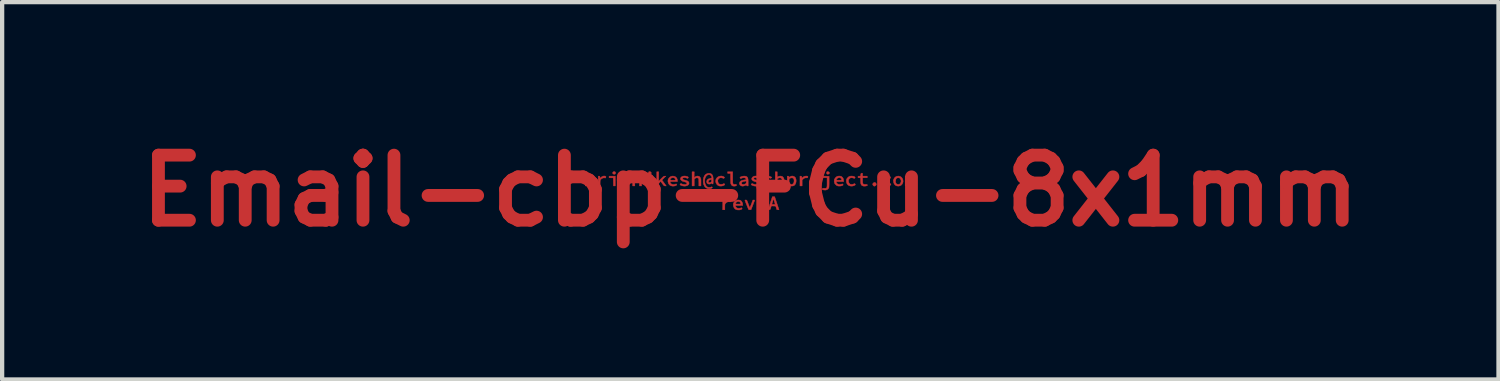
<source format=kicad_pcb>
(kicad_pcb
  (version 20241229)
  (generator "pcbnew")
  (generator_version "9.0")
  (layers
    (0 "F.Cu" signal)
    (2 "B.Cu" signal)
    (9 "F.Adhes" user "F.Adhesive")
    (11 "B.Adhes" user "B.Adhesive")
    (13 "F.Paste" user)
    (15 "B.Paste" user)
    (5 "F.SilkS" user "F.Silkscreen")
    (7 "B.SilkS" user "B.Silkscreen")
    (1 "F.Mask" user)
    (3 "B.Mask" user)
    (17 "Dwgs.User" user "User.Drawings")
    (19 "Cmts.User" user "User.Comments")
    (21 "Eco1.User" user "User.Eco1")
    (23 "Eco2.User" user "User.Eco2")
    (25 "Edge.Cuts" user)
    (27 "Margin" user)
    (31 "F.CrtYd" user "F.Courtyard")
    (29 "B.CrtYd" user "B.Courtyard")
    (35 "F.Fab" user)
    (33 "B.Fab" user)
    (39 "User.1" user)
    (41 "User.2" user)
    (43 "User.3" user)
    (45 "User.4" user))
  (footprint "Email-cbp-FCu-8x1mm"
    (layer "F.Cu")
    (at 14.522 1.418)
    (property "Reference" "Email-cbp-FCu-8x1mm" (at 0 0 0) (layer "F.Cu") (effects (font (size 1.524 1.524) (thickness 0.3))))
    (attr through_hole)
    (fp_poly (pts (xy -3.162 -0.114) (xy -3.206 -0.114) (xy -3.208 -0.208) (xy -3.21 -0.302) (xy -3.259 -0.303) (xy -3.308 -0.305) (xy -3.308 -0.343) (xy -3.162 -0.343) (xy -3.162 -0.114)) (stroke (width 0.01) (type solid)) (fill yes) (layer "F.Cu"))
    (fp_poly (pts (xy -2.402 -0.342) (xy -2.327 -0.34) (xy -2.326 -0.227) (xy -2.324 -0.114) (xy -2.375 -0.114) (xy -2.375 -0.305) (xy -2.477 -0.305) (xy -2.477 -0.343) (xy -2.402 -0.342)) (stroke (width 0.01) (type solid)) (fill yes) (layer "F.Cu"))
    (fp_poly (pts (xy -3.179 -0.449) (xy -3.164 -0.441) (xy -3.156 -0.426) (xy -3.156 -0.42) (xy -3.159 -0.404) (xy -3.164 -0.395) (xy -3.178 -0.388) (xy -3.196 -0.388) (xy -3.213 -0.395) (xy -3.216 -0.397) (xy -3.225 -0.414) (xy -3.222 -0.431) (xy -3.214 -0.44) (xy -3.197 -0.45) (xy -3.179 -0.449)) (stroke (width 0.01) (type solid)) (fill yes) (layer "F.Cu"))
    (fp_poly (pts (xy -2.344 -0.447) (xy -2.328 -0.436) (xy -2.325 -0.431) (xy -2.319 -0.418) (xy -2.32 -0.408) (xy -2.327 -0.4) (xy -2.342 -0.39) (xy -2.361 -0.388) (xy -2.377 -0.393) (xy -2.38 -0.395) (xy -2.386 -0.409) (xy -2.387 -0.427) (xy -2.381 -0.441) (xy -2.378 -0.444) (xy -2.362 -0.45) (xy -2.344 -0.447)) (stroke (width 0.01) (type solid)) (fill yes) (layer "F.Cu"))
    (fp_poly (pts (xy 1.828 -0.447) (xy 1.844 -0.436) (xy 1.847 -0.431) (xy 1.853 -0.418) (xy 1.851 -0.408) (xy 1.845 -0.4) (xy 1.829 -0.39) (xy 1.811 -0.388) (xy 1.795 -0.393) (xy 1.792 -0.395) (xy 1.786 -0.409) (xy 1.785 -0.427) (xy 1.791 -0.441) (xy 1.793 -0.444) (xy 1.81 -0.45) (xy 1.828 -0.447)) (stroke (width 0.01) (type solid)) (fill yes) (layer "F.Cu"))
    (fp_poly (pts (xy 2.933 -0.186) (xy 2.947 -0.167) (xy 2.95 -0.147) (xy 2.941 -0.128) (xy 2.938 -0.124) (xy 2.918 -0.111) (xy 2.898 -0.109) (xy 2.881 -0.12) (xy 2.877 -0.125) (xy 2.866 -0.145) (xy 2.866 -0.163) (xy 2.879 -0.181) (xy 2.879 -0.181) (xy 2.898 -0.194) (xy 2.917 -0.195) (xy 2.933 -0.186)) (stroke (width 0.01) (type solid)) (fill yes) (layer "F.Cu"))
    (fp_poly (pts (xy 1.329 -0.344) (xy 1.343 -0.341) (xy 1.348 -0.333) (xy 1.347 -0.32) (xy 1.347 -0.319) (xy 1.342 -0.308) (xy 1.334 -0.303) (xy 1.318 -0.303) (xy 1.317 -0.303) (xy 1.29 -0.303) (xy 1.268 -0.297) (xy 1.247 -0.283) (xy 1.238 -0.275) (xy 1.213 -0.253) (xy 1.213 -0.114) (xy 1.162 -0.114) (xy 1.162 -0.343) (xy 1.18 -0.343) (xy 1.196 -0.34) (xy 1.204 -0.329) (xy 1.206 -0.308) (xy 1.206 -0.306) (xy 1.207 -0.294) (xy 1.21 -0.295) (xy 1.216 -0.303) (xy 1.238 -0.324) (xy 1.268 -0.339) (xy 1.302 -0.345) (xy 1.304 -0.345) (xy 1.329 -0.344)) (stroke (width 0.01) (type solid)) (fill yes) (layer "F.Cu"))
    (fp_poly (pts (xy -2.146 -0.226) (xy -2.087 -0.284) (xy -2.063 -0.308) (xy -2.045 -0.325) (xy -2.032 -0.335) (xy -2.022 -0.34) (xy -2.011 -0.343) (xy -2.003 -0.343) (xy -1.978 -0.343) (xy -2.024 -0.297) (xy -2.07 -0.251) (xy -2.019 -0.183) (xy -1.969 -0.114) (xy -1.996 -0.114) (xy -2.008 -0.115) (xy -2.017 -0.117) (xy -2.026 -0.124) (xy -2.037 -0.136) (xy -2.052 -0.156) (xy -2.061 -0.168) (xy -2.099 -0.222) (xy -2.122 -0.198) (xy -2.137 -0.183) (xy -2.144 -0.169) (xy -2.146 -0.151) (xy -2.146 -0.145) (xy -2.146 -0.114) (xy -2.191 -0.114) (xy -2.191 -0.445) (xy -2.146 -0.445) (xy -2.146 -0.226)) (stroke (width 0.01) (type solid)) (fill yes) (layer "F.Cu"))
    (fp_poly (pts (xy -3.408 -0.345) (xy -3.391 -0.341) (xy -3.383 -0.334) (xy -3.382 -0.331) (xy -3.383 -0.319) (xy -3.384 -0.311) (xy -3.386 -0.302) (xy -3.392 -0.3) (xy -3.408 -0.301) (xy -3.41 -0.302) (xy -3.444 -0.301) (xy -3.475 -0.289) (xy -3.499 -0.269) (xy -3.507 -0.259) (xy -3.513 -0.249) (xy -3.516 -0.238) (xy -3.517 -0.221) (xy -3.518 -0.196) (xy -3.518 -0.181) (xy -3.518 -0.114) (xy -3.562 -0.114) (xy -3.562 -0.343) (xy -3.543 -0.343) (xy -3.531 -0.342) (xy -3.526 -0.337) (xy -3.524 -0.324) (xy -3.524 -0.317) (xy -3.524 -0.291) (xy -3.499 -0.313) (xy -3.479 -0.328) (xy -3.457 -0.34) (xy -3.449 -0.343) (xy -3.428 -0.346) (xy -3.408 -0.345)) (stroke (width 0.01) (type solid)) (fill yes) (layer "F.Cu"))
    (fp_poly (pts (xy -0.487 0.214) (xy -0.47 0.218) (xy -0.462 0.224) (xy -0.461 0.227) (xy -0.462 0.24) (xy -0.463 0.248) (xy -0.465 0.256) (xy -0.471 0.259) (xy -0.487 0.258) (xy -0.489 0.257) (xy -0.523 0.257) (xy -0.554 0.27) (xy -0.578 0.29) (xy -0.586 0.3) (xy -0.592 0.309) (xy -0.595 0.321) (xy -0.596 0.338) (xy -0.597 0.363) (xy -0.597 0.378) (xy -0.597 0.445) (xy -0.648 0.445) (xy -0.646 0.332) (xy -0.645 0.219) (xy -0.624 0.217) (xy -0.611 0.217) (xy -0.605 0.22) (xy -0.603 0.232) (xy -0.603 0.242) (xy -0.603 0.268) (xy -0.578 0.246) (xy -0.558 0.231) (xy -0.536 0.219) (xy -0.528 0.216) (xy -0.507 0.213) (xy -0.487 0.214)) (stroke (width 0.01) (type solid)) (fill yes) (layer "F.Cu"))
    (fp_poly (pts (xy 1.77 -0.342) (xy 1.845 -0.34) (xy 1.845 -0.21) (xy 1.845 -0.164) (xy 1.844 -0.13) (xy 1.843 -0.105) (xy 1.842 -0.086) (xy 1.839 -0.073) (xy 1.836 -0.064) (xy 1.833 -0.059) (xy 1.814 -0.037) (xy 1.787 -0.022) (xy 1.753 -0.016) (xy 1.715 -0.02) (xy 1.696 -0.024) (xy 1.686 -0.028) (xy 1.684 -0.034) (xy 1.686 -0.046) (xy 1.686 -0.046) (xy 1.689 -0.054) (xy 1.694 -0.059) (xy 1.705 -0.06) (xy 1.724 -0.059) (xy 1.733 -0.059) (xy 1.754 -0.058) (xy 1.77 -0.059) (xy 1.781 -0.063) (xy 1.789 -0.073) (xy 1.793 -0.089) (xy 1.796 -0.114) (xy 1.797 -0.148) (xy 1.797 -0.194) (xy 1.797 -0.195) (xy 1.797 -0.305) (xy 1.695 -0.305) (xy 1.695 -0.343) (xy 1.77 -0.342)) (stroke (width 0.01) (type solid)) (fill yes) (layer "F.Cu"))
    (fp_poly (pts (xy 0.672 0.445) (xy 0.646 0.443) (xy 0.62 0.441) (xy 0.594 0.359) (xy 0.542 0.357) (xy 0.491 0.355) (xy 0.479 0.398) (xy 0.472 0.421) (xy 0.466 0.434) (xy 0.46 0.44) (xy 0.45 0.443) (xy 0.443 0.443) (xy 0.428 0.444) (xy 0.419 0.442) (xy 0.419 0.441) (xy 0.421 0.434) (xy 0.426 0.417) (xy 0.434 0.391) (xy 0.445 0.358) (xy 0.457 0.319) (xy 0.458 0.318) (xy 0.503 0.318) (xy 0.583 0.318) (xy 0.564 0.256) (xy 0.556 0.229) (xy 0.55 0.207) (xy 0.545 0.192) (xy 0.544 0.188) (xy 0.542 0.191) (xy 0.537 0.205) (xy 0.53 0.226) (xy 0.523 0.25) (xy 0.503 0.318) (xy 0.458 0.318) (xy 0.467 0.288) (xy 0.515 0.14) (xy 0.57 0.14) (xy 0.672 0.445)) (stroke (width 0.01) (type solid)) (fill yes) (layer "F.Cu"))
    (fp_poly (pts (xy -3.843 -0.443) (xy -3.82 -0.441) (xy -3.82 -0.376) (xy -3.82 -0.349) (xy -3.819 -0.328) (xy -3.818 -0.314) (xy -3.816 -0.311) (xy -3.809 -0.315) (xy -3.8 -0.324) (xy -3.779 -0.339) (xy -3.753 -0.346) (xy -3.725 -0.345) (xy -3.7 -0.336) (xy -3.68 -0.321) (xy -3.676 -0.316) (xy -3.671 -0.306) (xy -3.668 -0.294) (xy -3.666 -0.278) (xy -3.665 -0.256) (xy -3.664 -0.224) (xy -3.664 -0.205) (xy -3.664 -0.114) (xy -3.708 -0.114) (xy -3.708 -0.191) (xy -3.709 -0.231) (xy -3.711 -0.26) (xy -3.716 -0.28) (xy -3.722 -0.293) (xy -3.73 -0.3) (xy -3.747 -0.305) (xy -3.769 -0.302) (xy -3.791 -0.293) (xy -3.795 -0.291) (xy -3.816 -0.276) (xy -3.816 -0.195) (xy -3.816 -0.114) (xy -3.867 -0.114) (xy -3.867 -0.445) (xy -3.843 -0.443)) (stroke (width 0.01) (type solid)) (fill yes) (layer "F.Cu"))
    (fp_poly (pts (xy -0.413 -0.308) (xy -0.413 -0.263) (xy -0.412 -0.229) (xy -0.412 -0.204) (xy -0.411 -0.186) (xy -0.409 -0.174) (xy -0.406 -0.167) (xy -0.402 -0.161) (xy -0.4 -0.158) (xy -0.389 -0.15) (xy -0.376 -0.148) (xy -0.358 -0.15) (xy -0.341 -0.152) (xy -0.331 -0.15) (xy -0.326 -0.142) (xy -0.325 -0.139) (xy -0.322 -0.127) (xy -0.329 -0.12) (xy -0.336 -0.116) (xy -0.358 -0.11) (xy -0.386 -0.109) (xy -0.41 -0.112) (xy -0.43 -0.123) (xy -0.447 -0.143) (xy -0.457 -0.165) (xy -0.459 -0.178) (xy -0.461 -0.202) (xy -0.462 -0.234) (xy -0.463 -0.27) (xy -0.464 -0.297) (xy -0.464 -0.406) (xy -0.498 -0.406) (xy -0.518 -0.407) (xy -0.529 -0.409) (xy -0.533 -0.414) (xy -0.533 -0.425) (xy -0.533 -0.445) (xy -0.413 -0.445) (xy -0.413 -0.308)) (stroke (width 0.01) (type solid)) (fill yes) (layer "F.Cu"))
    (fp_poly (pts (xy -2.706 -0.378) (xy -2.707 -0.35) (xy -2.707 -0.329) (xy -2.707 -0.315) (xy -2.706 -0.311) (xy -2.7 -0.315) (xy -2.689 -0.323) (xy -2.688 -0.324) (xy -2.658 -0.34) (xy -2.626 -0.346) (xy -2.599 -0.341) (xy -2.581 -0.333) (xy -2.568 -0.319) (xy -2.561 -0.305) (xy -2.555 -0.292) (xy -2.55 -0.278) (xy -2.548 -0.261) (xy -2.547 -0.238) (xy -2.546 -0.206) (xy -2.546 -0.196) (xy -2.546 -0.114) (xy -2.597 -0.114) (xy -2.597 -0.197) (xy -2.597 -0.231) (xy -2.598 -0.255) (xy -2.6 -0.271) (xy -2.603 -0.282) (xy -2.607 -0.289) (xy -2.61 -0.292) (xy -2.629 -0.303) (xy -2.652 -0.304) (xy -2.676 -0.295) (xy -2.686 -0.288) (xy -2.705 -0.272) (xy -2.705 -0.114) (xy -2.756 -0.114) (xy -2.756 -0.445) (xy -2.73 -0.445) (xy -2.704 -0.445) (xy -2.706 -0.378)) (stroke (width 0.01) (type solid)) (fill yes) (layer "F.Cu"))
    (fp_poly (pts (xy -1.316 -0.378) (xy -1.316 -0.35) (xy -1.316 -0.329) (xy -1.316 -0.315) (xy -1.315 -0.311) (xy -1.31 -0.315) (xy -1.298 -0.323) (xy -1.297 -0.324) (xy -1.268 -0.34) (xy -1.235 -0.346) (xy -1.209 -0.341) (xy -1.191 -0.333) (xy -1.178 -0.319) (xy -1.17 -0.305) (xy -1.164 -0.292) (xy -1.16 -0.278) (xy -1.157 -0.261) (xy -1.156 -0.238) (xy -1.156 -0.206) (xy -1.156 -0.196) (xy -1.156 -0.114) (xy -1.206 -0.114) (xy -1.206 -0.197) (xy -1.207 -0.231) (xy -1.207 -0.255) (xy -1.209 -0.271) (xy -1.212 -0.282) (xy -1.216 -0.289) (xy -1.219 -0.292) (xy -1.238 -0.303) (xy -1.262 -0.304) (xy -1.285 -0.295) (xy -1.295 -0.288) (xy -1.314 -0.272) (xy -1.314 -0.114) (xy -1.365 -0.114) (xy -1.365 -0.445) (xy -1.339 -0.445) (xy -1.314 -0.445) (xy -1.316 -0.378)) (stroke (width 0.01) (type solid)) (fill yes) (layer "F.Cu"))
    (fp_poly (pts (xy -0.095 0.217) (xy -0.083 0.222) (xy -0.08 0.227) (xy -0.076 0.237) (xy -0.068 0.256) (xy -0.059 0.282) (xy -0.047 0.311) (xy -0.046 0.314) (xy -0.035 0.343) (xy -0.025 0.368) (xy -0.018 0.386) (xy -0.013 0.395) (xy -0.013 0.395) (xy -0.009 0.391) (xy -0.003 0.377) (xy 0.007 0.355) (xy 0.018 0.327) (xy 0.026 0.308) (xy 0.06 0.216) (xy 0.081 0.216) (xy 0.095 0.217) (xy 0.102 0.22) (xy 0.102 0.221) (xy 0.1 0.228) (xy 0.094 0.245) (xy 0.084 0.27) (xy 0.072 0.301) (xy 0.059 0.335) (xy 0.016 0.444) (xy -0.011 0.444) (xy -0.028 0.443) (xy -0.039 0.441) (xy -0.04 0.44) (xy -0.044 0.431) (xy -0.052 0.413) (xy -0.062 0.388) (xy -0.074 0.359) (xy -0.086 0.328) (xy -0.099 0.297) (xy -0.11 0.269) (xy -0.119 0.245) (xy -0.125 0.229) (xy -0.127 0.222) (xy -0.122 0.217) (xy -0.11 0.215) (xy -0.095 0.217)) (stroke (width 0.01) (type solid)) (fill yes) (layer "F.Cu"))
    (fp_poly (pts (xy 3.249 -0.34) (xy 3.265 -0.334) (xy 3.283 -0.324) (xy 3.288 -0.314) (xy 3.284 -0.301) (xy 3.28 -0.296) (xy 3.272 -0.288) (xy 3.265 -0.288) (xy 3.255 -0.294) (xy 3.233 -0.303) (xy 3.205 -0.305) (xy 3.179 -0.3) (xy 3.163 -0.292) (xy 3.143 -0.271) (xy 3.133 -0.246) (xy 3.132 -0.219) (xy 3.139 -0.192) (xy 3.155 -0.17) (xy 3.179 -0.155) (xy 3.186 -0.153) (xy 3.218 -0.15) (xy 3.25 -0.157) (xy 3.263 -0.164) (xy 3.274 -0.17) (xy 3.281 -0.167) (xy 3.286 -0.161) (xy 3.293 -0.149) (xy 3.29 -0.139) (xy 3.277 -0.128) (xy 3.272 -0.125) (xy 3.248 -0.116) (xy 3.217 -0.111) (xy 3.185 -0.111) (xy 3.16 -0.115) (xy 3.135 -0.128) (xy 3.111 -0.148) (xy 3.093 -0.173) (xy 3.086 -0.189) (xy 3.08 -0.224) (xy 3.086 -0.259) (xy 3.102 -0.291) (xy 3.125 -0.318) (xy 3.145 -0.331) (xy 3.178 -0.342) (xy 3.214 -0.345) (xy 3.249 -0.34)) (stroke (width 0.01) (type solid)) (fill yes) (layer "F.Cu"))
    (fp_poly (pts (xy -0.64 -0.339) (xy -0.615 -0.324) (xy -0.605 -0.315) (xy -0.605 -0.309) (xy -0.612 -0.299) (xy -0.621 -0.291) (xy -0.63 -0.29) (xy -0.642 -0.296) (xy -0.66 -0.301) (xy -0.682 -0.305) (xy -0.689 -0.305) (xy -0.71 -0.303) (xy -0.725 -0.297) (xy -0.74 -0.283) (xy -0.754 -0.267) (xy -0.761 -0.252) (xy -0.762 -0.232) (xy -0.757 -0.2) (xy -0.745 -0.174) (xy -0.726 -0.158) (xy -0.704 -0.152) (xy -0.676 -0.151) (xy -0.648 -0.156) (xy -0.636 -0.161) (xy -0.622 -0.168) (xy -0.614 -0.169) (xy -0.608 -0.163) (xy -0.606 -0.161) (xy -0.599 -0.15) (xy -0.599 -0.142) (xy -0.609 -0.134) (xy -0.619 -0.127) (xy -0.643 -0.117) (xy -0.673 -0.111) (xy -0.704 -0.11) (xy -0.73 -0.113) (xy -0.732 -0.114) (xy -0.764 -0.13) (xy -0.788 -0.155) (xy -0.805 -0.186) (xy -0.812 -0.221) (xy -0.809 -0.256) (xy -0.8 -0.279) (xy -0.778 -0.31) (xy -0.748 -0.332) (xy -0.715 -0.343) (xy -0.675 -0.346) (xy -0.64 -0.339)) (stroke (width 0.01) (type solid)) (fill yes) (layer "F.Cu"))
    (fp_poly (pts (xy 1.554 -0.341) (xy 1.577 -0.331) (xy 1.6 -0.31) (xy 1.618 -0.281) (xy 1.629 -0.248) (xy 1.631 -0.216) (xy 1.621 -0.18) (xy 1.603 -0.15) (xy 1.578 -0.127) (xy 1.547 -0.113) (xy 1.513 -0.109) (xy 1.479 -0.116) (xy 1.473 -0.118) (xy 1.446 -0.133) (xy 1.426 -0.154) (xy 1.415 -0.173) (xy 1.405 -0.206) (xy 1.405 -0.223) (xy 1.454 -0.223) (xy 1.459 -0.193) (xy 1.473 -0.168) (xy 1.494 -0.153) (xy 1.495 -0.152) (xy 1.513 -0.149) (xy 1.535 -0.152) (xy 1.553 -0.16) (xy 1.555 -0.161) (xy 1.57 -0.18) (xy 1.578 -0.207) (xy 1.581 -0.236) (xy 1.575 -0.264) (xy 1.572 -0.273) (xy 1.556 -0.293) (xy 1.534 -0.303) (xy 1.518 -0.305) (xy 1.49 -0.3) (xy 1.471 -0.284) (xy 1.458 -0.259) (xy 1.454 -0.224) (xy 1.454 -0.223) (xy 1.405 -0.223) (xy 1.405 -0.242) (xy 1.414 -0.277) (xy 1.432 -0.308) (xy 1.455 -0.329) (xy 1.485 -0.342) (xy 1.52 -0.346) (xy 1.554 -0.341)) (stroke (width 0.01) (type solid)) (fill yes) (layer "F.Cu"))
    (fp_poly (pts (xy 2.396 -0.343) (xy 2.422 -0.338) (xy 2.43 -0.335) (xy 2.448 -0.323) (xy 2.455 -0.313) (xy 2.451 -0.303) (xy 2.448 -0.298) (xy 2.439 -0.29) (xy 2.43 -0.29) (xy 2.419 -0.296) (xy 2.401 -0.301) (xy 2.379 -0.305) (xy 2.371 -0.305) (xy 2.351 -0.303) (xy 2.336 -0.297) (xy 2.32 -0.283) (xy 2.307 -0.267) (xy 2.3 -0.253) (xy 2.299 -0.232) (xy 2.299 -0.231) (xy 2.304 -0.197) (xy 2.318 -0.172) (xy 2.339 -0.155) (xy 2.367 -0.149) (xy 2.399 -0.152) (xy 2.427 -0.163) (xy 2.44 -0.168) (xy 2.448 -0.165) (xy 2.454 -0.157) (xy 2.46 -0.146) (xy 2.457 -0.139) (xy 2.45 -0.132) (xy 2.419 -0.117) (xy 2.383 -0.109) (xy 2.345 -0.111) (xy 2.322 -0.117) (xy 2.293 -0.131) (xy 2.272 -0.152) (xy 2.26 -0.173) (xy 2.252 -0.196) (xy 2.248 -0.225) (xy 2.249 -0.252) (xy 2.254 -0.274) (xy 2.255 -0.275) (xy 2.271 -0.298) (xy 2.293 -0.32) (xy 2.314 -0.335) (xy 2.337 -0.342) (xy 2.366 -0.345) (xy 2.396 -0.343)) (stroke (width 0.01) (type solid)) (fill yes) (layer "F.Cu"))
    (fp_poly (pts (xy 2.621 -0.412) (xy 2.627 -0.408) (xy 2.629 -0.398) (xy 2.629 -0.378) (xy 2.629 -0.343) (xy 2.737 -0.343) (xy 2.737 -0.305) (xy 2.629 -0.305) (xy 2.629 -0.242) (xy 2.63 -0.206) (xy 2.633 -0.18) (xy 2.64 -0.164) (xy 2.652 -0.154) (xy 2.671 -0.15) (xy 2.693 -0.15) (xy 2.719 -0.149) (xy 2.735 -0.145) (xy 2.742 -0.137) (xy 2.743 -0.129) (xy 2.737 -0.122) (xy 2.723 -0.116) (xy 2.702 -0.111) (xy 2.679 -0.109) (xy 2.657 -0.109) (xy 2.642 -0.112) (xy 2.619 -0.121) (xy 2.603 -0.133) (xy 2.593 -0.15) (xy 2.586 -0.174) (xy 2.583 -0.206) (xy 2.582 -0.234) (xy 2.581 -0.302) (xy 2.551 -0.304) (xy 2.533 -0.305) (xy 2.524 -0.309) (xy 2.521 -0.317) (xy 2.521 -0.324) (xy 2.522 -0.335) (xy 2.526 -0.341) (xy 2.537 -0.343) (xy 2.553 -0.343) (xy 2.571 -0.343) (xy 2.581 -0.346) (xy 2.584 -0.353) (xy 2.585 -0.364) (xy 2.586 -0.389) (xy 2.592 -0.405) (xy 2.602 -0.412) (xy 2.611 -0.413) (xy 2.621 -0.412)) (stroke (width 0.01) (type solid)) (fill yes) (layer "F.Cu"))
    (fp_poly (pts (xy 3.501 -0.339) (xy 3.533 -0.322) (xy 3.557 -0.296) (xy 3.573 -0.262) (xy 3.573 -0.26) (xy 3.578 -0.221) (xy 3.571 -0.186) (xy 3.555 -0.155) (xy 3.532 -0.131) (xy 3.502 -0.116) (xy 3.466 -0.109) (xy 3.428 -0.114) (xy 3.425 -0.115) (xy 3.397 -0.129) (xy 3.374 -0.153) (xy 3.359 -0.183) (xy 3.353 -0.209) (xy 3.401 -0.209) (xy 3.409 -0.18) (xy 3.411 -0.176) (xy 3.426 -0.16) (xy 3.448 -0.152) (xy 3.474 -0.151) (xy 3.499 -0.159) (xy 3.503 -0.162) (xy 3.514 -0.175) (xy 3.524 -0.196) (xy 3.53 -0.219) (xy 3.531 -0.23) (xy 3.527 -0.248) (xy 3.519 -0.269) (xy 3.508 -0.287) (xy 3.5 -0.296) (xy 3.482 -0.303) (xy 3.459 -0.304) (xy 3.437 -0.3) (xy 3.424 -0.292) (xy 3.409 -0.27) (xy 3.401 -0.241) (xy 3.401 -0.209) (xy 3.353 -0.209) (xy 3.351 -0.218) (xy 3.353 -0.254) (xy 3.355 -0.26) (xy 3.37 -0.295) (xy 3.394 -0.321) (xy 3.425 -0.338) (xy 3.462 -0.345) (xy 3.464 -0.345) (xy 3.501 -0.339)) (stroke (width 0.01) (type solid)) (fill yes) (layer "F.Cu"))
    (fp_poly (pts (xy 0.629 -0.318) (xy 0.652 -0.332) (xy 0.68 -0.342) (xy 0.71 -0.345) (xy 0.738 -0.34) (xy 0.751 -0.334) (xy 0.773 -0.312) (xy 0.787 -0.283) (xy 0.794 -0.25) (xy 0.794 -0.215) (xy 0.787 -0.181) (xy 0.772 -0.151) (xy 0.75 -0.128) (xy 0.749 -0.127) (xy 0.719 -0.113) (xy 0.687 -0.11) (xy 0.657 -0.118) (xy 0.652 -0.12) (xy 0.635 -0.129) (xy 0.626 -0.133) (xy 0.623 -0.13) (xy 0.622 -0.124) (xy 0.617 -0.116) (xy 0.603 -0.114) (xy 0.584 -0.114) (xy 0.584 -0.227) (xy 0.629 -0.227) (xy 0.629 -0.226) (xy 0.629 -0.197) (xy 0.632 -0.178) (xy 0.638 -0.166) (xy 0.649 -0.158) (xy 0.665 -0.153) (xy 0.678 -0.149) (xy 0.684 -0.147) (xy 0.691 -0.148) (xy 0.704 -0.154) (xy 0.707 -0.155) (xy 0.727 -0.169) (xy 0.74 -0.192) (xy 0.747 -0.219) (xy 0.746 -0.248) (xy 0.738 -0.275) (xy 0.731 -0.286) (xy 0.714 -0.299) (xy 0.691 -0.304) (xy 0.665 -0.3) (xy 0.649 -0.292) (xy 0.639 -0.286) (xy 0.633 -0.279) (xy 0.63 -0.269) (xy 0.629 -0.253) (xy 0.629 -0.227) (xy 0.584 -0.227) (xy 0.584 -0.445) (xy 0.629 -0.445) (xy 0.629 -0.318)) (stroke (width 0.01) (type solid)) (fill yes) (layer "F.Cu"))
    (fp_poly (pts (xy 3.833 -0.341) (xy 3.85 -0.327) (xy 3.859 -0.311) (xy 3.862 -0.296) (xy 3.864 -0.27) (xy 3.866 -0.238) (xy 3.867 -0.202) (xy 3.867 -0.202) (xy 3.867 -0.114) (xy 3.817 -0.114) (xy 3.815 -0.208) (xy 3.814 -0.244) (xy 3.813 -0.27) (xy 3.812 -0.286) (xy 3.81 -0.296) (xy 3.807 -0.301) (xy 3.802 -0.303) (xy 3.8 -0.304) (xy 3.787 -0.303) (xy 3.778 -0.296) (xy 3.771 -0.281) (xy 3.768 -0.257) (xy 3.766 -0.222) (xy 3.766 -0.195) (xy 3.766 -0.114) (xy 3.727 -0.114) (xy 3.727 -0.193) (xy 3.727 -0.235) (xy 3.725 -0.266) (xy 3.721 -0.287) (xy 3.715 -0.299) (xy 3.707 -0.304) (xy 3.702 -0.305) (xy 3.69 -0.301) (xy 3.681 -0.289) (xy 3.675 -0.268) (xy 3.671 -0.236) (xy 3.67 -0.193) (xy 3.67 -0.191) (xy 3.67 -0.114) (xy 3.626 -0.114) (xy 3.626 -0.343) (xy 3.645 -0.343) (xy 3.659 -0.341) (xy 3.664 -0.334) (xy 3.664 -0.329) (xy 3.664 -0.315) (xy 3.678 -0.329) (xy 3.7 -0.344) (xy 3.721 -0.347) (xy 3.74 -0.337) (xy 3.745 -0.332) (xy 3.764 -0.314) (xy 3.774 -0.328) (xy 3.792 -0.342) (xy 3.812 -0.347) (xy 3.833 -0.341)) (stroke (width 0.01) (type solid)) (fill yes) (layer "F.Cu"))
    (fp_poly (pts (xy 1.014 -0.34) (xy 1.019 -0.337) (xy 1.04 -0.325) (xy 1.054 -0.31) (xy 1.06 -0.297) (xy 1.071 -0.263) (xy 1.073 -0.226) (xy 1.067 -0.189) (xy 1.055 -0.157) (xy 1.035 -0.132) (xy 1.029 -0.127) (xy 1 -0.114) (xy 0.968 -0.11) (xy 0.938 -0.117) (xy 0.932 -0.12) (xy 0.908 -0.132) (xy 0.908 -0.019) (xy 0.864 -0.019) (xy 0.864 -0.227) (xy 0.908 -0.227) (xy 0.908 -0.226) (xy 0.909 -0.197) (xy 0.911 -0.178) (xy 0.918 -0.166) (xy 0.929 -0.158) (xy 0.944 -0.153) (xy 0.957 -0.149) (xy 0.963 -0.147) (xy 0.968 -0.148) (xy 0.982 -0.152) (xy 0.983 -0.153) (xy 1.004 -0.167) (xy 1.018 -0.19) (xy 1.024 -0.223) (xy 1.024 -0.234) (xy 1.021 -0.266) (xy 1.009 -0.288) (xy 0.99 -0.3) (xy 0.974 -0.303) (xy 0.944 -0.299) (xy 0.929 -0.292) (xy 0.919 -0.286) (xy 0.913 -0.279) (xy 0.909 -0.269) (xy 0.908 -0.253) (xy 0.908 -0.227) (xy 0.864 -0.227) (xy 0.864 -0.343) (xy 0.883 -0.343) (xy 0.897 -0.341) (xy 0.902 -0.333) (xy 0.902 -0.33) (xy 0.902 -0.321) (xy 0.906 -0.318) (xy 0.916 -0.322) (xy 0.928 -0.33) (xy 0.958 -0.343) (xy 0.986 -0.346) (xy 1.014 -0.34)) (stroke (width 0.01) (type solid)) (fill yes) (layer "F.Cu"))
    (fp_poly (pts (xy -2.899 -0.343) (xy -2.87 -0.336) (xy -2.851 -0.325) (xy -2.842 -0.316) (xy -2.843 -0.308) (xy -2.848 -0.301) (xy -2.856 -0.291) (xy -2.865 -0.291) (xy -2.875 -0.295) (xy -2.902 -0.305) (xy -2.928 -0.309) (xy -2.952 -0.307) (xy -2.969 -0.3) (xy -2.978 -0.288) (xy -2.978 -0.284) (xy -2.976 -0.273) (xy -2.968 -0.265) (xy -2.952 -0.258) (xy -2.926 -0.25) (xy -2.911 -0.247) (xy -2.873 -0.235) (xy -2.846 -0.22) (xy -2.831 -0.2) (xy -2.826 -0.177) (xy -2.832 -0.154) (xy -2.848 -0.135) (xy -2.872 -0.121) (xy -2.902 -0.112) (xy -2.935 -0.109) (xy -2.971 -0.113) (xy -2.991 -0.119) (xy -3.011 -0.126) (xy -3.027 -0.134) (xy -3.031 -0.136) (xy -3.038 -0.143) (xy -3.037 -0.149) (xy -3.03 -0.159) (xy -3.022 -0.168) (xy -3.014 -0.17) (xy -3.002 -0.165) (xy -2.997 -0.162) (xy -2.976 -0.154) (xy -2.95 -0.149) (xy -2.923 -0.147) (xy -2.901 -0.149) (xy -2.89 -0.152) (xy -2.879 -0.165) (xy -2.877 -0.175) (xy -2.879 -0.186) (xy -2.889 -0.195) (xy -2.907 -0.203) (xy -2.935 -0.212) (xy -2.953 -0.216) (xy -2.981 -0.226) (xy -3.005 -0.242) (xy -3.022 -0.26) (xy -3.029 -0.279) (xy -3.029 -0.281) (xy -3.023 -0.303) (xy -3.007 -0.323) (xy -2.982 -0.337) (xy -2.963 -0.343) (xy -2.932 -0.346) (xy -2.899 -0.343)) (stroke (width 0.01) (type solid)) (fill yes) (layer "F.Cu"))
    (fp_poly (pts (xy -1.509 -0.343) (xy -1.48 -0.336) (xy -1.46 -0.325) (xy -1.452 -0.316) (xy -1.453 -0.308) (xy -1.457 -0.301) (xy -1.465 -0.291) (xy -1.474 -0.291) (xy -1.484 -0.295) (xy -1.511 -0.305) (xy -1.538 -0.309) (xy -1.561 -0.307) (xy -1.578 -0.3) (xy -1.587 -0.288) (xy -1.587 -0.284) (xy -1.585 -0.273) (xy -1.577 -0.265) (xy -1.561 -0.258) (xy -1.535 -0.25) (xy -1.521 -0.247) (xy -1.482 -0.235) (xy -1.456 -0.22) (xy -1.44 -0.2) (xy -1.435 -0.177) (xy -1.441 -0.154) (xy -1.457 -0.135) (xy -1.481 -0.121) (xy -1.511 -0.112) (xy -1.545 -0.109) (xy -1.58 -0.113) (xy -1.6 -0.119) (xy -1.62 -0.126) (xy -1.636 -0.134) (xy -1.64 -0.136) (xy -1.647 -0.143) (xy -1.647 -0.149) (xy -1.64 -0.159) (xy -1.631 -0.168) (xy -1.624 -0.17) (xy -1.612 -0.165) (xy -1.607 -0.162) (xy -1.585 -0.154) (xy -1.559 -0.149) (xy -1.532 -0.147) (xy -1.51 -0.149) (xy -1.5 -0.152) (xy -1.488 -0.165) (xy -1.486 -0.175) (xy -1.489 -0.186) (xy -1.498 -0.195) (xy -1.516 -0.203) (xy -1.544 -0.212) (xy -1.562 -0.216) (xy -1.591 -0.226) (xy -1.614 -0.242) (xy -1.631 -0.26) (xy -1.638 -0.279) (xy -1.638 -0.281) (xy -1.632 -0.303) (xy -1.616 -0.323) (xy -1.591 -0.337) (xy -1.573 -0.343) (xy -1.541 -0.346) (xy -1.509 -0.343)) (stroke (width 0.01) (type solid)) (fill yes) (layer "F.Cu"))
    (fp_poly (pts (xy 0.454 -0.338) (xy 0.473 -0.331) (xy 0.504 -0.317) (xy 0.49 -0.303) (xy 0.479 -0.294) (xy 0.468 -0.294) (xy 0.461 -0.297) (xy 0.445 -0.302) (xy 0.423 -0.307) (xy 0.414 -0.308) (xy 0.394 -0.31) (xy 0.379 -0.307) (xy 0.368 -0.299) (xy 0.358 -0.288) (xy 0.358 -0.278) (xy 0.368 -0.269) (xy 0.389 -0.259) (xy 0.422 -0.248) (xy 0.424 -0.247) (xy 0.451 -0.239) (xy 0.475 -0.23) (xy 0.491 -0.222) (xy 0.495 -0.219) (xy 0.508 -0.2) (xy 0.511 -0.177) (xy 0.505 -0.153) (xy 0.49 -0.133) (xy 0.476 -0.124) (xy 0.453 -0.116) (xy 0.422 -0.111) (xy 0.39 -0.111) (xy 0.361 -0.114) (xy 0.352 -0.116) (xy 0.326 -0.126) (xy 0.308 -0.136) (xy 0.299 -0.143) (xy 0.298 -0.145) (xy 0.302 -0.154) (xy 0.306 -0.161) (xy 0.312 -0.167) (xy 0.319 -0.168) (xy 0.331 -0.165) (xy 0.348 -0.159) (xy 0.383 -0.149) (xy 0.415 -0.146) (xy 0.441 -0.152) (xy 0.452 -0.158) (xy 0.461 -0.169) (xy 0.461 -0.179) (xy 0.451 -0.189) (xy 0.43 -0.2) (xy 0.397 -0.212) (xy 0.393 -0.214) (xy 0.359 -0.227) (xy 0.335 -0.239) (xy 0.32 -0.252) (xy 0.313 -0.268) (xy 0.311 -0.282) (xy 0.317 -0.306) (xy 0.333 -0.324) (xy 0.357 -0.338) (xy 0.386 -0.345) (xy 0.419 -0.345) (xy 0.454 -0.338)) (stroke (width 0.01) (type solid)) (fill yes) (layer "F.Cu"))
    (fp_poly (pts (xy 2.108 -0.343) (xy 2.131 -0.337) (xy 2.138 -0.332) (xy 2.163 -0.309) (xy 2.178 -0.281) (xy 2.183 -0.251) (xy 2.186 -0.216) (xy 2.099 -0.216) (xy 2.065 -0.216) (xy 2.041 -0.215) (xy 2.025 -0.214) (xy 2.017 -0.212) (xy 2.014 -0.208) (xy 2.013 -0.205) (xy 2.019 -0.183) (xy 2.034 -0.166) (xy 2.057 -0.154) (xy 2.084 -0.148) (xy 2.113 -0.149) (xy 2.137 -0.155) (xy 2.152 -0.161) (xy 2.16 -0.16) (xy 2.167 -0.152) (xy 2.168 -0.151) (xy 2.174 -0.14) (xy 2.171 -0.133) (xy 2.167 -0.13) (xy 2.141 -0.118) (xy 2.107 -0.111) (xy 2.072 -0.11) (xy 2.04 -0.115) (xy 2.018 -0.126) (xy 1.996 -0.146) (xy 1.977 -0.169) (xy 1.971 -0.182) (xy 1.963 -0.217) (xy 1.966 -0.252) (xy 1.968 -0.257) (xy 2.013 -0.257) (xy 2.019 -0.251) (xy 2.034 -0.249) (xy 2.06 -0.248) (xy 2.076 -0.248) (xy 2.105 -0.248) (xy 2.124 -0.249) (xy 2.134 -0.251) (xy 2.139 -0.254) (xy 2.14 -0.259) (xy 2.134 -0.277) (xy 2.121 -0.294) (xy 2.102 -0.305) (xy 2.095 -0.307) (xy 2.07 -0.307) (xy 2.045 -0.297) (xy 2.025 -0.281) (xy 2.023 -0.279) (xy 2.015 -0.266) (xy 2.013 -0.257) (xy 1.968 -0.257) (xy 1.979 -0.286) (xy 2.001 -0.315) (xy 2.029 -0.335) (xy 2.052 -0.342) (xy 2.08 -0.345) (xy 2.108 -0.343)) (stroke (width 0.01) (type solid)) (fill yes) (layer "F.Cu"))
    (fp_poly (pts (xy -1.777 -0.339) (xy -1.747 -0.323) (xy -1.724 -0.299) (xy -1.711 -0.268) (xy -1.708 -0.243) (xy -1.708 -0.216) (xy -1.794 -0.216) (xy -1.828 -0.216) (xy -1.852 -0.215) (xy -1.867 -0.214) (xy -1.876 -0.212) (xy -1.879 -0.208) (xy -1.88 -0.205) (xy -1.874 -0.186) (xy -1.86 -0.168) (xy -1.841 -0.156) (xy -1.812 -0.147) (xy -1.777 -0.149) (xy -1.757 -0.155) (xy -1.741 -0.16) (xy -1.733 -0.16) (xy -1.727 -0.153) (xy -1.726 -0.151) (xy -1.723 -0.139) (xy -1.73 -0.13) (xy -1.731 -0.129) (xy -1.758 -0.116) (xy -1.792 -0.11) (xy -1.828 -0.11) (xy -1.856 -0.117) (xy -1.881 -0.129) (xy -1.9 -0.145) (xy -1.916 -0.17) (xy -1.918 -0.176) (xy -1.929 -0.212) (xy -1.929 -0.247) (xy -1.925 -0.26) (xy -1.88 -0.26) (xy -1.876 -0.253) (xy -1.863 -0.249) (xy -1.838 -0.248) (xy -1.816 -0.248) (xy -1.787 -0.248) (xy -1.769 -0.249) (xy -1.758 -0.251) (xy -1.754 -0.254) (xy -1.753 -0.26) (xy -1.753 -0.26) (xy -1.757 -0.273) (xy -1.766 -0.288) (xy -1.767 -0.29) (xy -1.779 -0.301) (xy -1.794 -0.306) (xy -1.813 -0.307) (xy -1.833 -0.306) (xy -1.847 -0.3) (xy -1.861 -0.288) (xy -1.862 -0.287) (xy -1.875 -0.271) (xy -1.88 -0.26) (xy -1.925 -0.26) (xy -1.919 -0.279) (xy -1.899 -0.307) (xy -1.872 -0.329) (xy -1.839 -0.342) (xy -1.813 -0.345) (xy -1.777 -0.339)) (stroke (width 0.01) (type solid)) (fill yes) (layer "F.Cu"))
    (fp_poly (pts (xy -0.238 0.222) (xy -0.227 0.227) (xy -0.208 0.244) (xy -0.192 0.269) (xy -0.181 0.297) (xy -0.178 0.319) (xy -0.178 0.343) (xy -0.264 0.343) (xy -0.298 0.343) (xy -0.322 0.344) (xy -0.337 0.345) (xy -0.345 0.347) (xy -0.349 0.35) (xy -0.349 0.355) (xy -0.349 0.355) (xy -0.345 0.368) (xy -0.335 0.384) (xy -0.332 0.388) (xy -0.309 0.405) (xy -0.279 0.412) (xy -0.245 0.409) (xy -0.23 0.405) (xy -0.213 0.399) (xy -0.204 0.399) (xy -0.199 0.404) (xy -0.196 0.408) (xy -0.192 0.42) (xy -0.199 0.429) (xy -0.201 0.43) (xy -0.228 0.443) (xy -0.261 0.449) (xy -0.297 0.448) (xy -0.325 0.442) (xy -0.347 0.433) (xy -0.362 0.421) (xy -0.376 0.404) (xy -0.385 0.389) (xy -0.398 0.356) (xy -0.4 0.322) (xy -0.395 0.3) (xy -0.349 0.3) (xy -0.345 0.306) (xy -0.331 0.31) (xy -0.306 0.311) (xy -0.286 0.311) (xy -0.255 0.311) (xy -0.235 0.309) (xy -0.224 0.306) (xy -0.222 0.303) (xy -0.225 0.293) (xy -0.233 0.278) (xy -0.234 0.275) (xy -0.251 0.258) (xy -0.274 0.25) (xy -0.298 0.252) (xy -0.322 0.263) (xy -0.334 0.274) (xy -0.345 0.289) (xy -0.349 0.3) (xy -0.395 0.3) (xy -0.392 0.288) (xy -0.375 0.257) (xy -0.35 0.233) (xy -0.335 0.225) (xy -0.303 0.216) (xy -0.269 0.215) (xy -0.238 0.222)) (stroke (width 0.01) (type solid)) (fill yes) (layer "F.Cu"))
    (fp_poly (pts (xy 0.17 -0.34) (xy 0.198 -0.329) (xy 0.213 -0.321) (xy 0.218 -0.315) (xy 0.216 -0.307) (xy 0.212 -0.302) (xy 0.204 -0.291) (xy 0.196 -0.29) (xy 0.185 -0.295) (xy 0.168 -0.301) (xy 0.145 -0.307) (xy 0.135 -0.308) (xy 0.115 -0.31) (xy 0.102 -0.308) (xy 0.092 -0.301) (xy 0.09 -0.299) (xy 0.081 -0.289) (xy 0.079 -0.28) (xy 0.084 -0.271) (xy 0.098 -0.263) (xy 0.123 -0.254) (xy 0.158 -0.243) (xy 0.163 -0.242) (xy 0.194 -0.231) (xy 0.215 -0.219) (xy 0.222 -0.212) (xy 0.233 -0.189) (xy 0.234 -0.168) (xy 0.225 -0.148) (xy 0.207 -0.132) (xy 0.183 -0.119) (xy 0.154 -0.111) (xy 0.121 -0.109) (xy 0.086 -0.113) (xy 0.073 -0.117) (xy 0.048 -0.126) (xy 0.03 -0.135) (xy 0.02 -0.142) (xy 0.019 -0.145) (xy 0.023 -0.153) (xy 0.029 -0.161) (xy 0.035 -0.168) (xy 0.042 -0.17) (xy 0.055 -0.165) (xy 0.061 -0.162) (xy 0.084 -0.154) (xy 0.111 -0.149) (xy 0.139 -0.147) (xy 0.161 -0.149) (xy 0.171 -0.152) (xy 0.182 -0.163) (xy 0.183 -0.176) (xy 0.181 -0.185) (xy 0.175 -0.192) (xy 0.164 -0.199) (xy 0.146 -0.205) (xy 0.119 -0.214) (xy 0.099 -0.219) (xy 0.066 -0.232) (xy 0.044 -0.249) (xy 0.033 -0.269) (xy 0.033 -0.291) (xy 0.046 -0.314) (xy 0.048 -0.317) (xy 0.07 -0.334) (xy 0.1 -0.344) (xy 0.134 -0.346) (xy 0.17 -0.34)) (stroke (width 0.01) (type solid)) (fill yes) (layer "F.Cu"))
    (fp_poly (pts (xy -0.113 -0.342) (xy -0.091 -0.335) (xy -0.076 -0.325) (xy -0.065 -0.311) (xy -0.058 -0.292) (xy -0.053 -0.266) (xy -0.051 -0.23) (xy -0.051 -0.197) (xy -0.051 -0.114) (xy -0.07 -0.114) (xy -0.084 -0.116) (xy -0.089 -0.124) (xy -0.089 -0.127) (xy -0.09 -0.137) (xy -0.09 -0.14) (xy -0.097 -0.137) (xy -0.11 -0.13) (xy -0.123 -0.124) (xy -0.16 -0.111) (xy -0.193 -0.109) (xy -0.218 -0.118) (xy -0.24 -0.133) (xy -0.251 -0.152) (xy -0.254 -0.174) (xy -0.209 -0.174) (xy -0.2 -0.159) (xy -0.195 -0.156) (xy -0.176 -0.149) (xy -0.152 -0.15) (xy -0.125 -0.157) (xy -0.113 -0.164) (xy -0.102 -0.173) (xy -0.096 -0.184) (xy -0.095 -0.201) (xy -0.096 -0.218) (xy -0.098 -0.228) (xy -0.099 -0.229) (xy -0.108 -0.228) (xy -0.124 -0.225) (xy -0.143 -0.222) (xy -0.173 -0.214) (xy -0.195 -0.202) (xy -0.207 -0.188) (xy -0.209 -0.174) (xy -0.254 -0.174) (xy -0.254 -0.176) (xy -0.252 -0.194) (xy -0.245 -0.208) (xy -0.232 -0.221) (xy -0.218 -0.231) (xy -0.201 -0.24) (xy -0.178 -0.247) (xy -0.146 -0.253) (xy -0.119 -0.257) (xy -0.102 -0.261) (xy -0.096 -0.267) (xy -0.101 -0.278) (xy -0.108 -0.288) (xy -0.118 -0.298) (xy -0.131 -0.303) (xy -0.15 -0.305) (xy -0.154 -0.305) (xy -0.177 -0.303) (xy -0.197 -0.298) (xy -0.203 -0.295) (xy -0.22 -0.287) (xy -0.231 -0.288) (xy -0.239 -0.299) (xy -0.24 -0.301) (xy -0.243 -0.31) (xy -0.241 -0.317) (xy -0.231 -0.323) (xy -0.214 -0.331) (xy -0.18 -0.341) (xy -0.145 -0.345) (xy -0.113 -0.342)) (stroke (width 0.01) (type solid)) (fill yes) (layer "F.Cu"))
    (fp_poly (pts (xy -0.923 -0.4) (xy -0.903 -0.386) (xy -0.89 -0.369) (xy -0.881 -0.351) (xy -0.875 -0.328) (xy -0.871 -0.297) (xy -0.87 -0.258) (xy -0.87 -0.242) (xy -0.87 -0.208) (xy -0.871 -0.185) (xy -0.872 -0.17) (xy -0.874 -0.163) (xy -0.878 -0.159) (xy -0.883 -0.159) (xy -0.883 -0.159) (xy -0.896 -0.164) (xy -0.9 -0.172) (xy -0.904 -0.181) (xy -0.91 -0.178) (xy -0.914 -0.175) (xy -0.937 -0.161) (xy -0.963 -0.156) (xy -0.988 -0.161) (xy -1.008 -0.174) (xy -1.013 -0.18) (xy -1.022 -0.203) (xy -1.022 -0.216) (xy -0.984 -0.216) (xy -0.983 -0.202) (xy -0.98 -0.195) (xy -0.969 -0.191) (xy -0.951 -0.191) (xy -0.933 -0.195) (xy -0.922 -0.2) (xy -0.913 -0.21) (xy -0.909 -0.225) (xy -0.908 -0.239) (xy -0.909 -0.256) (xy -0.912 -0.264) (xy -0.918 -0.265) (xy -0.919 -0.264) (xy -0.934 -0.26) (xy -0.946 -0.257) (xy -0.969 -0.246) (xy -0.982 -0.229) (xy -0.984 -0.216) (xy -1.022 -0.216) (xy -1.021 -0.229) (xy -1.011 -0.253) (xy -1.004 -0.26) (xy -0.993 -0.27) (xy -0.98 -0.278) (xy -0.961 -0.284) (xy -0.934 -0.291) (xy -0.918 -0.295) (xy -0.906 -0.299) (xy -0.903 -0.307) (xy -0.904 -0.319) (xy -0.915 -0.348) (xy -0.934 -0.368) (xy -0.954 -0.377) (xy -0.982 -0.378) (xy -1.008 -0.368) (xy -1.03 -0.349) (xy -1.048 -0.323) (xy -1.061 -0.291) (xy -1.069 -0.255) (xy -1.07 -0.217) (xy -1.064 -0.179) (xy -1.05 -0.142) (xy -1.049 -0.138) (xy -1.031 -0.109) (xy -1.011 -0.091) (xy -0.987 -0.082) (xy -0.963 -0.08) (xy -0.941 -0.082) (xy -0.922 -0.086) (xy -0.915 -0.089) (xy -0.903 -0.093) (xy -0.896 -0.09) (xy -0.895 -0.088) (xy -0.89 -0.077) (xy -0.894 -0.069) (xy -0.907 -0.061) (xy -0.935 -0.051) (xy -0.967 -0.048) (xy -0.997 -0.051) (xy -1.004 -0.053) (xy -1.035 -0.068) (xy -1.059 -0.088) (xy -1.074 -0.108) (xy -1.091 -0.143) (xy -1.101 -0.183) (xy -1.104 -0.226) (xy -1.101 -0.27) (xy -1.092 -0.311) (xy -1.077 -0.347) (xy -1.056 -0.375) (xy -1.047 -0.383) (xy -1.017 -0.4) (xy -0.984 -0.409) (xy -0.952 -0.409) (xy -0.923 -0.4)) (stroke (width 0.01) (type solid)) (fill yes) (layer "F.Cu")))
  (gr_rect
    (start -3 -3)
    (end 32.043 5.836)
    (stroke (width 0.1) (type default))
    (fill no)
    (layer "Edge.Cuts")))
</source>
